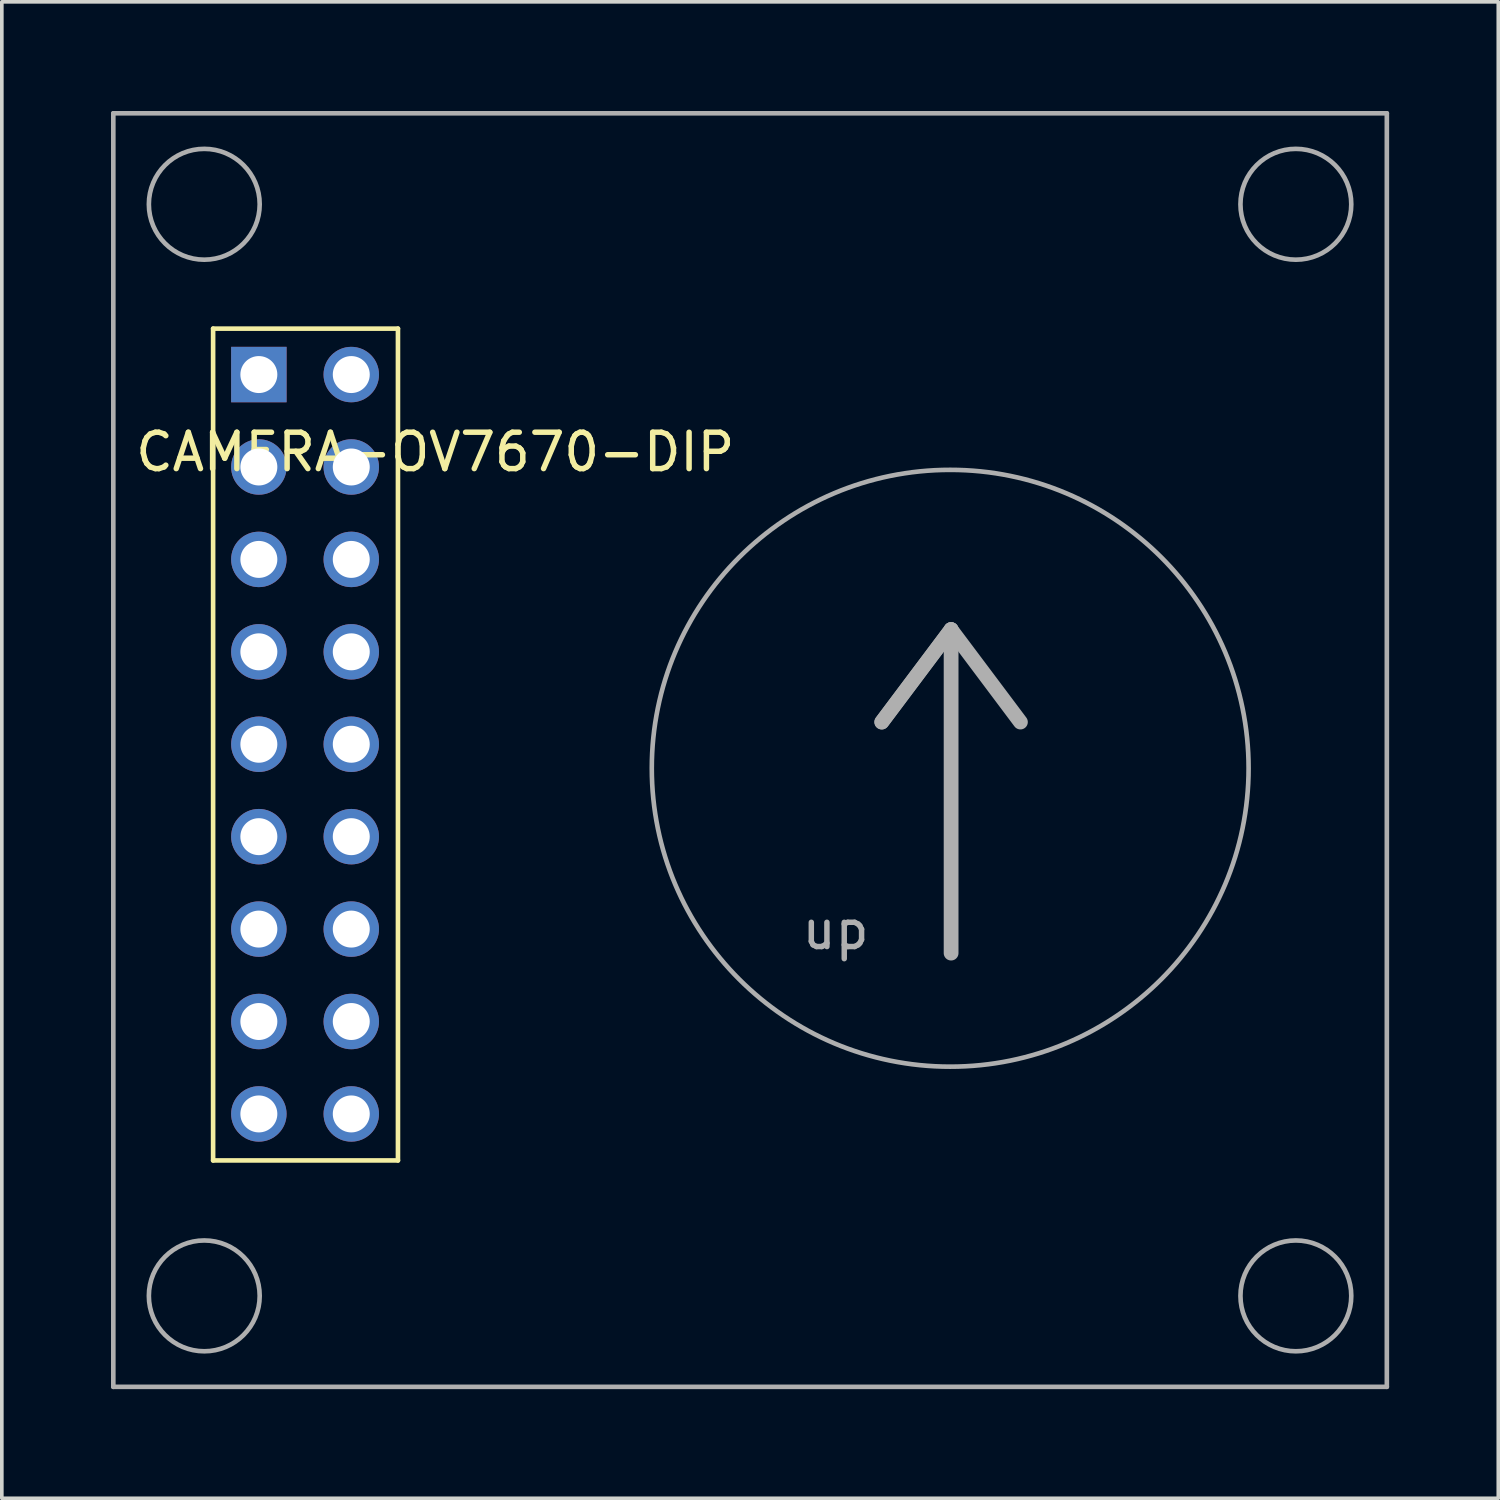
<source format=kicad_pcb>
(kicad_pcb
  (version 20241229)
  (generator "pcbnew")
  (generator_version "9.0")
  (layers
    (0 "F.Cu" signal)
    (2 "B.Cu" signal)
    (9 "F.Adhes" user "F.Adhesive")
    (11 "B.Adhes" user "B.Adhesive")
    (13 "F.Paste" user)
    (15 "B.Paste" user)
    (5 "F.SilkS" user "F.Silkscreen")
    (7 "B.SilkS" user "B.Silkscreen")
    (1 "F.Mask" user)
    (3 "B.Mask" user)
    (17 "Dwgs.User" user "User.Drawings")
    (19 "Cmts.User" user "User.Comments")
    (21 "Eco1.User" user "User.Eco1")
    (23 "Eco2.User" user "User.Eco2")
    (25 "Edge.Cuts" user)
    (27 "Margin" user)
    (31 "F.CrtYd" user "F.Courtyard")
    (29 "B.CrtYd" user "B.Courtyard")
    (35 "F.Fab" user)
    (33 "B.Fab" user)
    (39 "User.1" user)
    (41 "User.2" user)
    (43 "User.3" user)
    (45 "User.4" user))
  (footprint "CAMERA-OV7670-DIP"
    (layer "F.Cu")
    (at 17.564 17.564)
    (property "Reference" "CAMERA-OV7670-DIP" (at -8.652 -8.19 180) (layer "F.SilkS") (effects (font (size 1 1) (thickness 0.15))))
    (attr through_hole)
    (fp_line (start -14.757 -11.582) (end -14.757 11.278) (stroke (width 0.127) (type solid)) (layer "F.SilkS"))
    (fp_line (start -14.757 -11.582) (end -9.677 -11.582) (stroke (width 0.127) (type solid)) (layer "F.SilkS"))
    (fp_line (start -14.757 11.278) (end -9.677 11.278) (stroke (width 0.127) (type solid)) (layer "F.SilkS"))
    (fp_line (start -9.677 -11.582) (end -9.677 11.278) (stroke (width 0.127) (type solid)) (layer "F.SilkS"))
    (fp_line (start -17.5 -17.5) (end 17.5 -17.5) (stroke (width 0.127) (type solid)) (layer "F.Fab"))
    (fp_line (start -17.5 17.5) (end -17.5 -17.5) (stroke (width 0.127) (type solid)) (layer "F.Fab"))
    (fp_line (start 3.62 -0.77) (end 5.525 -3.31) (stroke (width 0.406) (type solid)) (layer "F.Fab"))
    (fp_line (start 5.525 -3.31) (end 3.62 -0.77) (stroke (width 0.406) (type solid)) (layer "F.Fab"))
    (fp_line (start 5.525 -3.31) (end 7.43 -0.77) (stroke (width 0.406) (type solid)) (layer "F.Fab"))
    (fp_line (start 5.525 5.58) (end 5.525 -3.31) (stroke (width 0.406) (type solid)) (layer "F.Fab"))
    (fp_line (start 17.5 -17.5) (end 17.5 17.5) (stroke (width 0.127) (type solid)) (layer "F.Fab"))
    (fp_line (start 17.5 17.5) (end -17.5 17.5) (stroke (width 0.127) (type solid)) (layer "F.Fab"))
    (fp_circle (center -15 -15) (end -13.477 -15) (stroke (width 0.127) (type solid)) (fill no) (layer "F.Fab"))
    (fp_circle (center -15 15) (end -13.477 15) (stroke (width 0.127) (type solid)) (fill no) (layer "F.Fab"))
    (fp_circle (center 5.5 0.5) (end 13.701 0.5) (stroke (width 0.127) (type solid)) (fill no) (layer "F.Fab"))
    (fp_circle (center 15 -15) (end 16.523 -15) (stroke (width 0.127) (type solid)) (fill no) (layer "F.Fab"))
    (fp_circle (center 15 15) (end 16.523 15) (stroke (width 0.127) (type solid)) (fill no) (layer "F.Fab"))
    (fp_text user "up" (at 2.35 4.945 0) (layer "F.Fab") (effects (font (size 1 1) (thickness 0.15))))
    (pad "P$1" thru_hole circle (at -13.5 10) (size 1.524 1.524) (drill 1.016) (layers "*.Cu" "*.Mask"))
    (pad "P$2" thru_hole circle (at -13.5 7.46) (size 1.524 1.524) (drill 1.016) (layers "*.Cu" "*.Mask"))
    (pad "P$3" thru_hole circle (at -13.5 4.92) (size 1.524 1.524) (drill 1.016) (layers "*.Cu" "*.Mask"))
    (pad "P$4" thru_hole circle (at -13.5 2.38) (size 1.524 1.524) (drill 1.016) (layers "*.Cu" "*.Mask"))
    (pad "P$5" thru_hole circle (at -13.5 -0.16) (size 1.524 1.524) (drill 1.016) (layers "*.Cu" "*.Mask"))
    (pad "P$6" thru_hole circle (at -13.5 -2.7) (size 1.524 1.524) (drill 1.016) (layers "*.Cu" "*.Mask"))
    (pad "P$7" thru_hole circle (at -13.5 -5.24) (size 1.524 1.524) (drill 1.016) (layers "*.Cu" "*.Mask"))
    (pad "P$8" thru_hole circle (at -13.5 -7.78) (size 1.524 1.524) (drill 1.016) (layers "*.Cu" "*.Mask"))
    (pad "P$9" thru_hole rect (at -13.5 -10.32) (size 1.524 1.524) (drill 1.016) (layers "*.Cu" "*.Mask"))
    (pad "P$10" thru_hole circle (at -10.96 -10.32) (size 1.524 1.524) (drill 1.016) (layers "*.Cu" "*.Mask"))
    (pad "P$11" thru_hole circle (at -10.96 -7.78) (size 1.524 1.524) (drill 1.016) (layers "*.Cu" "*.Mask"))
    (pad "P$12" thru_hole circle (at -10.96 -5.24) (size 1.524 1.524) (drill 1.016) (layers "*.Cu" "*.Mask"))
    (pad "P$13" thru_hole circle (at -10.96 -2.7) (size 1.524 1.524) (drill 1.016) (layers "*.Cu" "*.Mask"))
    (pad "P$14" thru_hole circle (at -10.96 -0.16) (size 1.524 1.524) (drill 1.016) (layers "*.Cu" "*.Mask"))
    (pad "P$15" thru_hole circle (at -10.96 2.38) (size 1.524 1.524) (drill 1.016) (layers "*.Cu" "*.Mask"))
    (pad "P$16" thru_hole circle (at -10.96 4.92) (size 1.524 1.524) (drill 1.016) (layers "*.Cu" "*.Mask"))
    (pad "P$17" thru_hole circle (at -10.96 7.46) (size 1.524 1.524) (drill 1.016) (layers "*.Cu" "*.Mask"))
    (pad "P$18" thru_hole circle (at -10.96 10) (size 1.524 1.524) (drill 1.016) (layers "*.Cu" "*.Mask")))
  (gr_rect
    (start -3 -3)
    (end 38.127 38.127)
    (stroke (width 0.1) (type default))
    (fill no)
    (layer "Edge.Cuts")))
</source>
